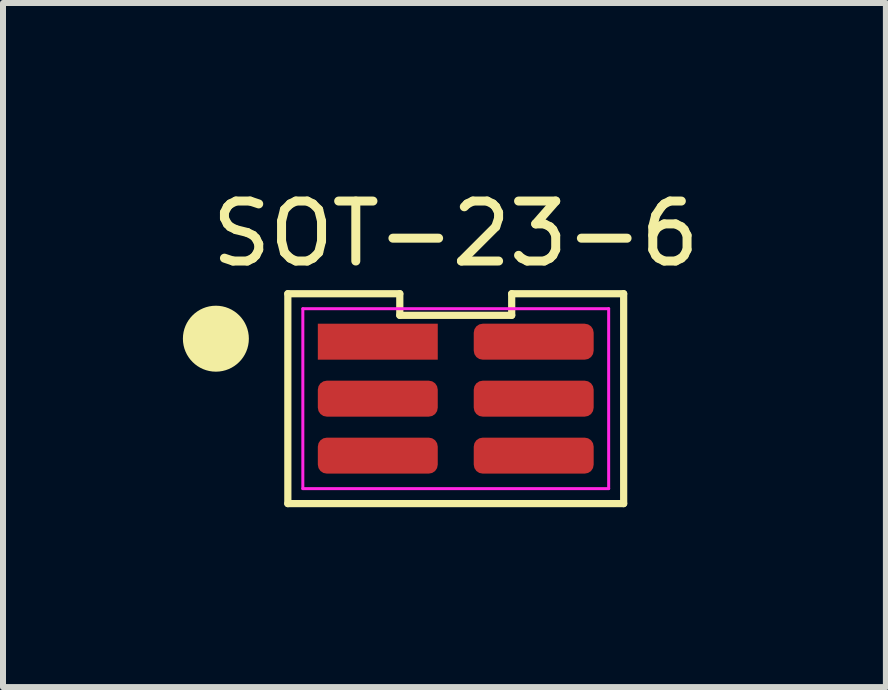
<source format=kicad_pcb>
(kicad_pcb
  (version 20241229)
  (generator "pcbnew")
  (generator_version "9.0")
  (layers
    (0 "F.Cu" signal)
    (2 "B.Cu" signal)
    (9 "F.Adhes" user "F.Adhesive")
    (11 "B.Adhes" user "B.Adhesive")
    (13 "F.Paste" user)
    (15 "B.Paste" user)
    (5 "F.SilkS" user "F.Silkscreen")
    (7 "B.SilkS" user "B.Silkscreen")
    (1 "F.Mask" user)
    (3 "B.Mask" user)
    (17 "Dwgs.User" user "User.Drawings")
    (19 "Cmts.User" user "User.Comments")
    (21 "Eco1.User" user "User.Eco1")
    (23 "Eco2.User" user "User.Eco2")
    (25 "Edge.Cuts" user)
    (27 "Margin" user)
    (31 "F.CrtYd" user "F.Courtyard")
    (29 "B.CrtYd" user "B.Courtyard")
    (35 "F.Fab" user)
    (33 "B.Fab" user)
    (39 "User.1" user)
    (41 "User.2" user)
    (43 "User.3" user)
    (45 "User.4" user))
  (footprint "SOT-23-6"
    (layer "F.Cu")
    (at 4.55 3.598)
    (property "Reference" "SOT-23-6" (at 0 -2.75 0) (layer "F.SilkS") (effects (font (size 1 1) (thickness 0.15))))
    (attr through_hole)
    (fp_line (start -2.8 -1.75) (end -2.8 1.75) (stroke (width 0.12) (type default)) (layer "F.SilkS"))
    (fp_line (start -2.8 1.75) (end 2.8 1.75) (stroke (width 0.12) (type default)) (layer "F.SilkS"))
    (fp_line (start -0.933 -1.75) (end -2.8 -1.75) (stroke (width 0.12) (type default)) (layer "F.SilkS"))
    (fp_line (start -0.933 -1.39) (end -0.933 -1.75) (stroke (width 0.12) (type default)) (layer "F.SilkS"))
    (fp_line (start 0.933 -1.75) (end 0.933 -1.39) (stroke (width 0.12) (type default)) (layer "F.SilkS"))
    (fp_line (start 0.933 -1.39) (end -0.933 -1.39) (stroke (width 0.12) (type default)) (layer "F.SilkS"))
    (fp_line (start 2.8 -1.75) (end 0.933 -1.75) (stroke (width 0.12) (type default)) (layer "F.SilkS"))
    (fp_line (start 2.8 1.75) (end 2.8 -1.75) (stroke (width 0.12) (type default)) (layer "F.SilkS"))
    (fp_circle (center -4 -1) (end -3.5 -1) (stroke (width 0.1) (type solid)) (fill yes) (layer "F.SilkS"))
    (fp_line (start -2.55 -1.5) (end 2.55 -1.5) (stroke (width 0.05) (type default)) (layer "F.CrtYd"))
    (fp_line (start -2.55 1.5) (end -2.55 -1.5) (stroke (width 0.05) (type default)) (layer "F.CrtYd"))
    (fp_line (start 2.55 -1.5) (end 2.55 1.5) (stroke (width 0.05) (type default)) (layer "F.CrtYd"))
    (fp_line (start 2.55 1.5) (end -2.55 1.5) (stroke (width 0.05) (type default)) (layer "F.CrtYd"))
    (pad "1" smd rect (at -1.3 -0.95 270) (size 0.6 2) (layers "F.Cu" "F.Mask" "F.Paste"))
    (pad "2" smd roundrect (at -1.3 0 270) (size 0.6 2) (layers "F.Cu" "F.Mask" "F.Paste") (roundrect_rratio 0.25))
    (pad "3" smd roundrect (at -1.3 0.95 270) (size 0.6 2) (layers "F.Cu" "F.Mask" "F.Paste") (roundrect_rratio 0.25))
    (pad "4" smd roundrect (at 1.3 0.95 270) (size 0.6 2) (layers "F.Cu" "F.Mask" "F.Paste") (roundrect_rratio 0.25))
    (pad "5" smd roundrect (at 1.3 0 270) (size 0.6 2) (layers "F.Cu" "F.Mask" "F.Paste") (roundrect_rratio 0.25))
    (pad "6" smd roundrect (at 1.3 -0.95 270) (size 0.6 2) (layers "F.Cu" "F.Mask" "F.Paste") (roundrect_rratio 0.25)))
  (gr_rect
    (start -3 -3)
    (end 11.723 8.408)
    (stroke (width 0.1) (type default))
    (fill no)
    (layer "Edge.Cuts")))
</source>
